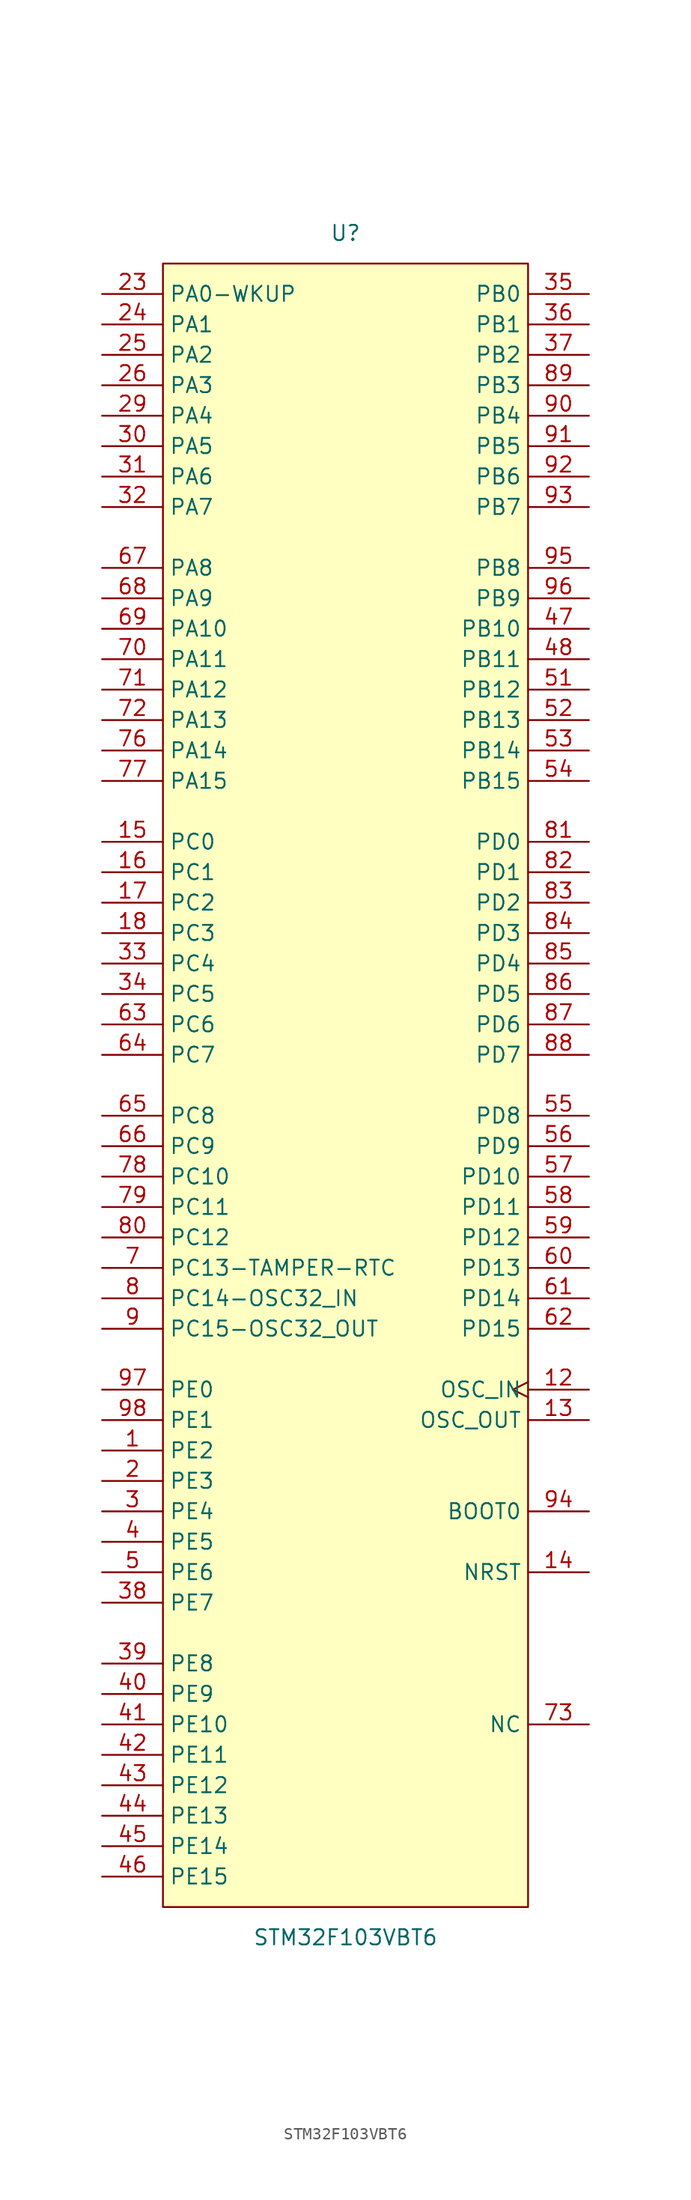
<source format=kicad_sym>
(kicad_symbol_lib
  (version 20211014)
  (generator https://github.com/uPesy/easyeda2kicad.py)
  (symbol "STM32F103VBT6"
    (property "Reference" "U"
      (at 0 71.12 0)
      (effects (font (size 1.27 1.27))))
    (property "Value" "STM32F103VBT6"
      (at 0 -71.12 0)
      (effects (font (size 1.27 1.27))))
    (symbol "STM32F103VBT6_0_1"
      (rectangle (start -15.24 68.58) (end 15.24 -68.58) (stroke (width 0) (type default) (color 0 0 0 0)) (fill (type background)))
      (pin bidirectional line (at -20.32 66.04 0) (length 5.08) (name "PA0-WKUP" (effects (font (size 1.27 1.27)))) (number "23" (effects (font (size 1.27 1.27)))))
      (pin bidirectional line (at -20.32 63.50 0) (length 5.08) (name "PA1" (effects (font (size 1.27 1.27)))) (number "24" (effects (font (size 1.27 1.27)))))
      (pin bidirectional line (at -20.32 60.96 0) (length 5.08) (name "PA2" (effects (font (size 1.27 1.27)))) (number "25" (effects (font (size 1.27 1.27)))))
      (pin bidirectional line (at -20.32 58.42 0) (length 5.08) (name "PA3" (effects (font (size 1.27 1.27)))) (number "26" (effects (font (size 1.27 1.27)))))
      (pin bidirectional line (at -20.32 55.88 0) (length 5.08) (name "PA4" (effects (font (size 1.27 1.27)))) (number "29" (effects (font (size 1.27 1.27)))))
      (pin bidirectional line (at -20.32 53.34 0) (length 5.08) (name "PA5" (effects (font (size 1.27 1.27)))) (number "30" (effects (font (size 1.27 1.27)))))
      (pin bidirectional line (at -20.32 50.80 0) (length 5.08) (name "PA6" (effects (font (size 1.27 1.27)))) (number "31" (effects (font (size 1.27 1.27)))))
      (pin bidirectional line (at -20.32 48.26 0) (length 5.08) (name "PA7" (effects (font (size 1.27 1.27)))) (number "32" (effects (font (size 1.27 1.27)))))
      (pin bidirectional line (at -20.32 43.18 0) (length 5.08) (name "PA8" (effects (font (size 1.27 1.27)))) (number "67" (effects (font (size 1.27 1.27)))))
      (pin bidirectional line (at -20.32 40.64 0) (length 5.08) (name "PA9" (effects (font (size 1.27 1.27)))) (number "68" (effects (font (size 1.27 1.27)))))
      (pin bidirectional line (at -20.32 38.10 0) (length 5.08) (name "PA10" (effects (font (size 1.27 1.27)))) (number "69" (effects (font (size 1.27 1.27)))))
      (pin bidirectional line (at -20.32 35.56 0) (length 5.08) (name "PA11" (effects (font (size 1.27 1.27)))) (number "70" (effects (font (size 1.27 1.27)))))
      (pin bidirectional line (at -20.32 33.02 0) (length 5.08) (name "PA12" (effects (font (size 1.27 1.27)))) (number "71" (effects (font (size 1.27 1.27)))))
      (pin bidirectional line (at -20.32 30.48 0) (length 5.08) (name "PA13" (effects (font (size 1.27 1.27)))) (number "72" (effects (font (size 1.27 1.27)))))
      (pin bidirectional line (at -20.32 27.94 0) (length 5.08) (name "PA14" (effects (font (size 1.27 1.27)))) (number "76" (effects (font (size 1.27 1.27)))))
      (pin bidirectional line (at -20.32 25.40 0) (length 5.08) (name "PA15" (effects (font (size 1.27 1.27)))) (number "77" (effects (font (size 1.27 1.27)))))
      (pin bidirectional line (at 20.32 66.04 180) (length 5.08) (name "PB0" (effects (font (size 1.27 1.27)))) (number "35" (effects (font (size 1.27 1.27)))))
      (pin bidirectional line (at 20.32 63.50 180) (length 5.08) (name "PB1" (effects (font (size 1.27 1.27)))) (number "36" (effects (font (size 1.27 1.27)))))
      (pin bidirectional line (at 20.32 60.96 180) (length 5.08) (name "PB2" (effects (font (size 1.27 1.27)))) (number "37" (effects (font (size 1.27 1.27)))))
      (pin bidirectional line (at 20.32 58.42 180) (length 5.08) (name "PB3" (effects (font (size 1.27 1.27)))) (number "89" (effects (font (size 1.27 1.27)))))
      (pin bidirectional line (at 20.32 55.88 180) (length 5.08) (name "PB4" (effects (font (size 1.27 1.27)))) (number "90" (effects (font (size 1.27 1.27)))))
      (pin bidirectional line (at 20.32 53.34 180) (length 5.08) (name "PB5" (effects (font (size 1.27 1.27)))) (number "91" (effects (font (size 1.27 1.27)))))
      (pin bidirectional line (at 20.32 50.80 180) (length 5.08) (name "PB6" (effects (font (size 1.27 1.27)))) (number "92" (effects (font (size 1.27 1.27)))))
      (pin bidirectional line (at 20.32 48.26 180) (length 5.08) (name "PB7" (effects (font (size 1.27 1.27)))) (number "93" (effects (font (size 1.27 1.27)))))
      (pin bidirectional line (at 20.32 43.18 180) (length 5.08) (name "PB8" (effects (font (size 1.27 1.27)))) (number "95" (effects (font (size 1.27 1.27)))))
      (pin bidirectional line (at 20.32 40.64 180) (length 5.08) (name "PB9" (effects (font (size 1.27 1.27)))) (number "96" (effects (font (size 1.27 1.27)))))
      (pin bidirectional line (at 20.32 38.10 180) (length 5.08) (name "PB10" (effects (font (size 1.27 1.27)))) (number "47" (effects (font (size 1.27 1.27)))))
      (pin bidirectional line (at 20.32 35.56 180) (length 5.08) (name "PB11" (effects (font (size 1.27 1.27)))) (number "48" (effects (font (size 1.27 1.27)))))
      (pin bidirectional line (at 20.32 33.02 180) (length 5.08) (name "PB12" (effects (font (size 1.27 1.27)))) (number "51" (effects (font (size 1.27 1.27)))))
      (pin bidirectional line (at 20.32 30.48 180) (length 5.08) (name "PB13" (effects (font (size 1.27 1.27)))) (number "52" (effects (font (size 1.27 1.27)))))
      (pin bidirectional line (at 20.32 27.94 180) (length 5.08) (name "PB14" (effects (font (size 1.27 1.27)))) (number "53" (effects (font (size 1.27 1.27)))))
      (pin bidirectional line (at 20.32 25.40 180) (length 5.08) (name "PB15" (effects (font (size 1.27 1.27)))) (number "54" (effects (font (size 1.27 1.27)))))
      (pin bidirectional line (at 20.32 20.32 180) (length 5.08) (name "PD0" (effects (font (size 1.27 1.27)))) (number "81" (effects (font (size 1.27 1.27)))))
      (pin bidirectional line (at 20.32 17.78 180) (length 5.08) (name "PD1" (effects (font (size 1.27 1.27)))) (number "82" (effects (font (size 1.27 1.27)))))
      (pin bidirectional line (at 20.32 15.24 180) (length 5.08) (name "PD2" (effects (font (size 1.27 1.27)))) (number "83" (effects (font (size 1.27 1.27)))))
      (pin bidirectional line (at 20.32 12.70 180) (length 5.08) (name "PD3" (effects (font (size 1.27 1.27)))) (number "84" (effects (font (size 1.27 1.27)))))
      (pin bidirectional line (at 20.32 10.16 180) (length 5.08) (name "PD4" (effects (font (size 1.27 1.27)))) (number "85" (effects (font (size 1.27 1.27)))))
      (pin bidirectional line (at 20.32 7.62 180) (length 5.08) (name "PD5" (effects (font (size 1.27 1.27)))) (number "86" (effects (font (size 1.27 1.27)))))
      (pin bidirectional line (at 20.32 5.08 180) (length 5.08) (name "PD6" (effects (font (size 1.27 1.27)))) (number "87" (effects (font (size 1.27 1.27)))))
      (pin bidirectional line (at 20.32 2.54 180) (length 5.08) (name "PD7" (effects (font (size 1.27 1.27)))) (number "88" (effects (font (size 1.27 1.27)))))
      (pin bidirectional line (at 20.32 -2.54 180) (length 5.08) (name "PD8" (effects (font (size 1.27 1.27)))) (number "55" (effects (font (size 1.27 1.27)))))
      (pin bidirectional line (at 20.32 -5.08 180) (length 5.08) (name "PD9" (effects (font (size 1.27 1.27)))) (number "56" (effects (font (size 1.27 1.27)))))
      (pin bidirectional line (at 20.32 -7.62 180) (length 5.08) (name "PD10" (effects (font (size 1.27 1.27)))) (number "57" (effects (font (size 1.27 1.27)))))
      (pin bidirectional line (at 20.32 -10.16 180) (length 5.08) (name "PD11" (effects (font (size 1.27 1.27)))) (number "58" (effects (font (size 1.27 1.27)))))
      (pin bidirectional line (at 20.32 -12.70 180) (length 5.08) (name "PD12" (effects (font (size 1.27 1.27)))) (number "59" (effects (font (size 1.27 1.27)))))
      (pin bidirectional line (at 20.32 -15.24 180) (length 5.08) (name "PD13" (effects (font (size 1.27 1.27)))) (number "60" (effects (font (size 1.27 1.27)))))
      (pin bidirectional line (at 20.32 -17.78 180) (length 5.08) (name "PD14" (effects (font (size 1.27 1.27)))) (number "61" (effects (font (size 1.27 1.27)))))
      (pin bidirectional line (at 20.32 -20.32 180) (length 5.08) (name "PD15" (effects (font (size 1.27 1.27)))) (number "62" (effects (font (size 1.27 1.27)))))
      (pin bidirectional line (at -20.32 20.32 0) (length 5.08) (name "PC0" (effects (font (size 1.27 1.27)))) (number "15" (effects (font (size 1.27 1.27)))))
      (pin bidirectional line (at -20.32 17.78 0) (length 5.08) (name "PC1" (effects (font (size 1.27 1.27)))) (number "16" (effects (font (size 1.27 1.27)))))
      (pin bidirectional line (at -20.32 15.24 0) (length 5.08) (name "PC2" (effects (font (size 1.27 1.27)))) (number "17" (effects (font (size 1.27 1.27)))))
      (pin bidirectional line (at -20.32 12.70 0) (length 5.08) (name "PC3" (effects (font (size 1.27 1.27)))) (number "18" (effects (font (size 1.27 1.27)))))
      (pin bidirectional line (at -20.32 10.16 0) (length 5.08) (name "PC4" (effects (font (size 1.27 1.27)))) (number "33" (effects (font (size 1.27 1.27)))))
      (pin bidirectional line (at -20.32 7.62 0) (length 5.08) (name "PC5" (effects (font (size 1.27 1.27)))) (number "34" (effects (font (size 1.27 1.27)))))
      (pin bidirectional line (at -20.32 5.08 0) (length 5.08) (name "PC6" (effects (font (size 1.27 1.27)))) (number "63" (effects (font (size 1.27 1.27)))))
      (pin bidirectional line (at -20.32 2.54 0) (length 5.08) (name "PC7" (effects (font (size 1.27 1.27)))) (number "64" (effects (font (size 1.27 1.27)))))
      (pin bidirectional line (at -20.32 -2.54 0) (length 5.08) (name "PC8" (effects (font (size 1.27 1.27)))) (number "65" (effects (font (size 1.27 1.27)))))
      (pin bidirectional line (at -20.32 -5.08 0) (length 5.08) (name "PC9" (effects (font (size 1.27 1.27)))) (number "66" (effects (font (size 1.27 1.27)))))
      (pin bidirectional line (at -20.32 -7.62 0) (length 5.08) (name "PC10" (effects (font (size 1.27 1.27)))) (number "78" (effects (font (size 1.27 1.27)))))
      (pin bidirectional line (at -20.32 -10.16 0) (length 5.08) (name "PC11" (effects (font (size 1.27 1.27)))) (number "79" (effects (font (size 1.27 1.27)))))
      (pin bidirectional line (at -20.32 -12.70 0) (length 5.08) (name "PC12" (effects (font (size 1.27 1.27)))) (number "80" (effects (font (size 1.27 1.27)))))
      (pin bidirectional line (at -20.32 -15.24 0) (length 5.08) (name "PC13-TAMPER-RTC" (effects (font (size 1.27 1.27)))) (number "7" (effects (font (size 1.27 1.27)))))
      (pin bidirectional line (at -20.32 -17.78 0) (length 5.08) (name "PC14-OSC32_IN" (effects (font (size 1.27 1.27)))) (number "8" (effects (font (size 1.27 1.27)))))
      (pin bidirectional line (at -20.32 -20.32 0) (length 5.08) (name "PC15-OSC32_OUT" (effects (font (size 1.27 1.27)))) (number "9" (effects (font (size 1.27 1.27)))))
      (pin unspecified line (at 20.32 -35.56 180) (length 5.08) (name "BOOT0" (effects (font (size 1.27 1.27)))) (number "94" (effects (font (size 1.27 1.27)))))
      (pin unspecified line (at 20.32 -53.34 180) (length 5.08) (name "NC" (effects (font (size 1.27 1.27)))) (number "73" (effects (font (size 1.27 1.27)))))
      (pin bidirectional line (at 20.32 -40.64 180) (length 5.08) (name "NRST" (effects (font (size 1.27 1.27)))) (number "14" (effects (font (size 1.27 1.27)))))
      (pin unspecified clock (at 20.32 -25.40 180) (length 5.08) (name "OSC_IN" (effects (font (size 1.27 1.27)))) (number "12" (effects (font (size 1.27 1.27)))))
      (pin unspecified line (at 20.32 -27.94 180) (length 5.08) (name "OSC_OUT" (effects (font (size 1.27 1.27)))) (number "13" (effects (font (size 1.27 1.27)))))
      (pin bidirectional line (at -20.32 -25.40 0) (length 5.08) (name "PE0" (effects (font (size 1.27 1.27)))) (number "97" (effects (font (size 1.27 1.27)))))
      (pin bidirectional line (at -20.32 -27.94 0) (length 5.08) (name "PE1" (effects (font (size 1.27 1.27)))) (number "98" (effects (font (size 1.27 1.27)))))
      (pin bidirectional line (at -20.32 -30.48 0) (length 5.08) (name "PE2" (effects (font (size 1.27 1.27)))) (number "1" (effects (font (size 1.27 1.27)))))
      (pin bidirectional line (at -20.32 -33.02 0) (length 5.08) (name "PE3" (effects (font (size 1.27 1.27)))) (number "2" (effects (font (size 1.27 1.27)))))
      (pin bidirectional line (at -20.32 -35.56 0) (length 5.08) (name "PE4" (effects (font (size 1.27 1.27)))) (number "3" (effects (font (size 1.27 1.27)))))
      (pin bidirectional line (at -20.32 -38.10 0) (length 5.08) (name "PE5" (effects (font (size 1.27 1.27)))) (number "4" (effects (font (size 1.27 1.27)))))
      (pin bidirectional line (at -20.32 -40.64 0) (length 5.08) (name "PE6" (effects (font (size 1.27 1.27)))) (number "5" (effects (font (size 1.27 1.27)))))
      (pin bidirectional line (at -20.32 -43.18 0) (length 5.08) (name "PE7" (effects (font (size 1.27 1.27)))) (number "38" (effects (font (size 1.27 1.27)))))
      (pin bidirectional line (at -20.32 -48.26 0) (length 5.08) (name "PE8" (effects (font (size 1.27 1.27)))) (number "39" (effects (font (size 1.27 1.27)))))
      (pin bidirectional line (at -20.32 -50.80 0) (length 5.08) (name "PE9" (effects (font (size 1.27 1.27)))) (number "40" (effects (font (size 1.27 1.27)))))
      (pin bidirectional line (at -20.32 -53.34 0) (length 5.08) (name "PE10" (effects (font (size 1.27 1.27)))) (number "41" (effects (font (size 1.27 1.27)))))
      (pin bidirectional line (at -20.32 -55.88 0) (length 5.08) (name "PE11" (effects (font (size 1.27 1.27)))) (number "42" (effects (font (size 1.27 1.27)))))
      (pin bidirectional line (at -20.32 -58.42 0) (length 5.08) (name "PE12" (effects (font (size 1.27 1.27)))) (number "43" (effects (font (size 1.27 1.27)))))
      (pin bidirectional line (at -20.32 -60.96 0) (length 5.08) (name "PE13" (effects (font (size 1.27 1.27)))) (number "44" (effects (font (size 1.27 1.27)))))
      (pin bidirectional line (at -20.32 -63.50 0) (length 5.08) (name "PE14" (effects (font (size 1.27 1.27)))) (number "45" (effects (font (size 1.27 1.27)))))
      (pin bidirectional line (at -20.32 -66.04 0) (length 5.08) (name "PE15" (effects (font (size 1.27 1.27)))) (number "46" (effects (font (size 1.27 1.27))))))))
</source>
